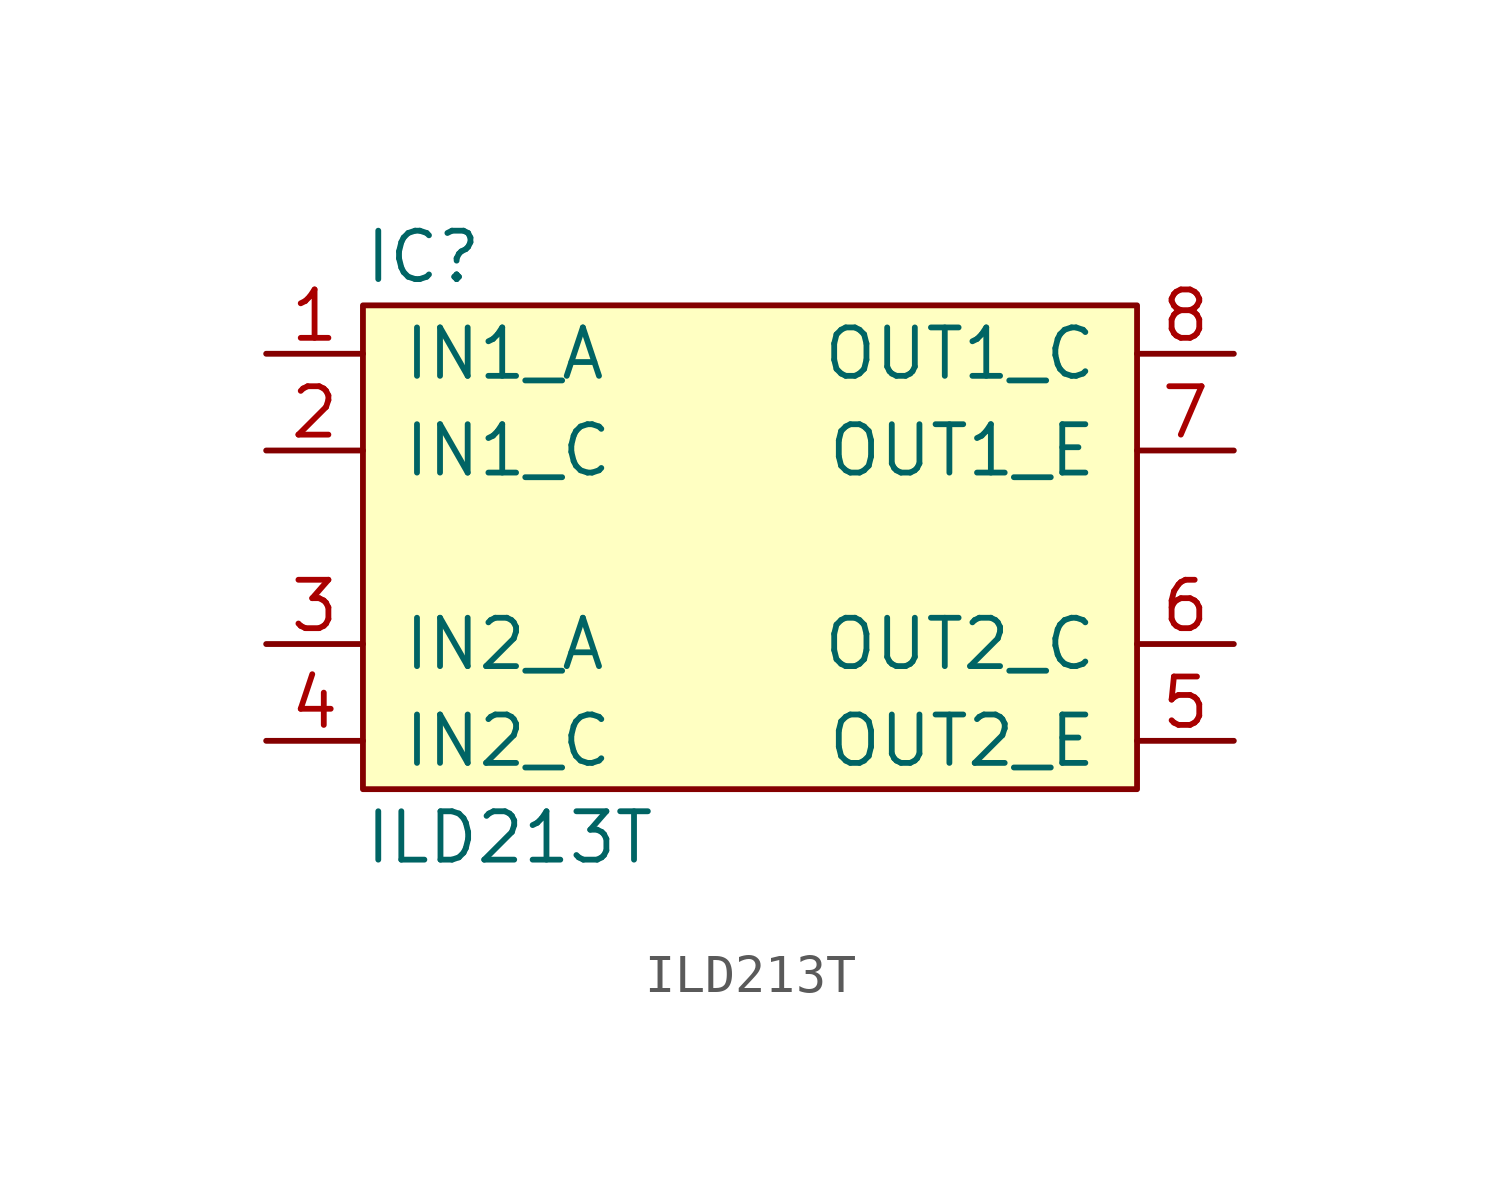
<source format=kicad_sym>
(kicad_symbol_lib
  (version 20211014)
  (generator agg_kicad.build_lib_ic)
  (symbol "ILD213T"
    (pin_names
      (offset 1.016))
    (property Reference IC
      (at -10.16 7.62 0)
      (effects (font (size 1.27 1.27)) (justify left)))
    (property Value "ILD213T"
      (at -10.16 -7.62 0)
      (effects (font (size 1.27 1.27)) (justify left)))
    (symbol "ILD213T_0_0"
      (rectangle (start -10.16 6.35) (end 10.16 -6.35) (stroke (width 0) (type default) (color 0 0 0 0)) (fill (type background)))
      (pin passive line (at -12.7 5.08 0) (length 2.54) (name "IN1_A" (effects (font (size 1.27 1.27)))) (number "1" (effects (font (size 1.27 1.27)))))
      (pin passive line (at -12.7 2.54 0) (length 2.54) (name "IN1_C" (effects (font (size 1.27 1.27)))) (number "2" (effects (font (size 1.27 1.27)))))
      (pin passive line (at -12.7 -2.54 0) (length 2.54) (name "IN2_A" (effects (font (size 1.27 1.27)))) (number "3" (effects (font (size 1.27 1.27)))))
      (pin passive line (at -12.7 -5.08 0) (length 2.54) (name "IN2_C" (effects (font (size 1.27 1.27)))) (number "4" (effects (font (size 1.27 1.27)))))
      (pin passive line (at 12.7 5.08 180) (length 2.54) (name "OUT1_C" (effects (font (size 1.27 1.27)))) (number "8" (effects (font (size 1.27 1.27)))))
      (pin passive line (at 12.7 2.54 180) (length 2.54) (name "OUT1_E" (effects (font (size 1.27 1.27)))) (number "7" (effects (font (size 1.27 1.27)))))
      (pin passive line (at 12.7 -2.54 180) (length 2.54) (name "OUT2_C" (effects (font (size 1.27 1.27)))) (number "6" (effects (font (size 1.27 1.27)))))
      (pin passive line (at 12.7 -5.08 180) (length 2.54) (name "OUT2_E" (effects (font (size 1.27 1.27)))) (number "5" (effects (font (size 1.27 1.27))))))))
</source>
